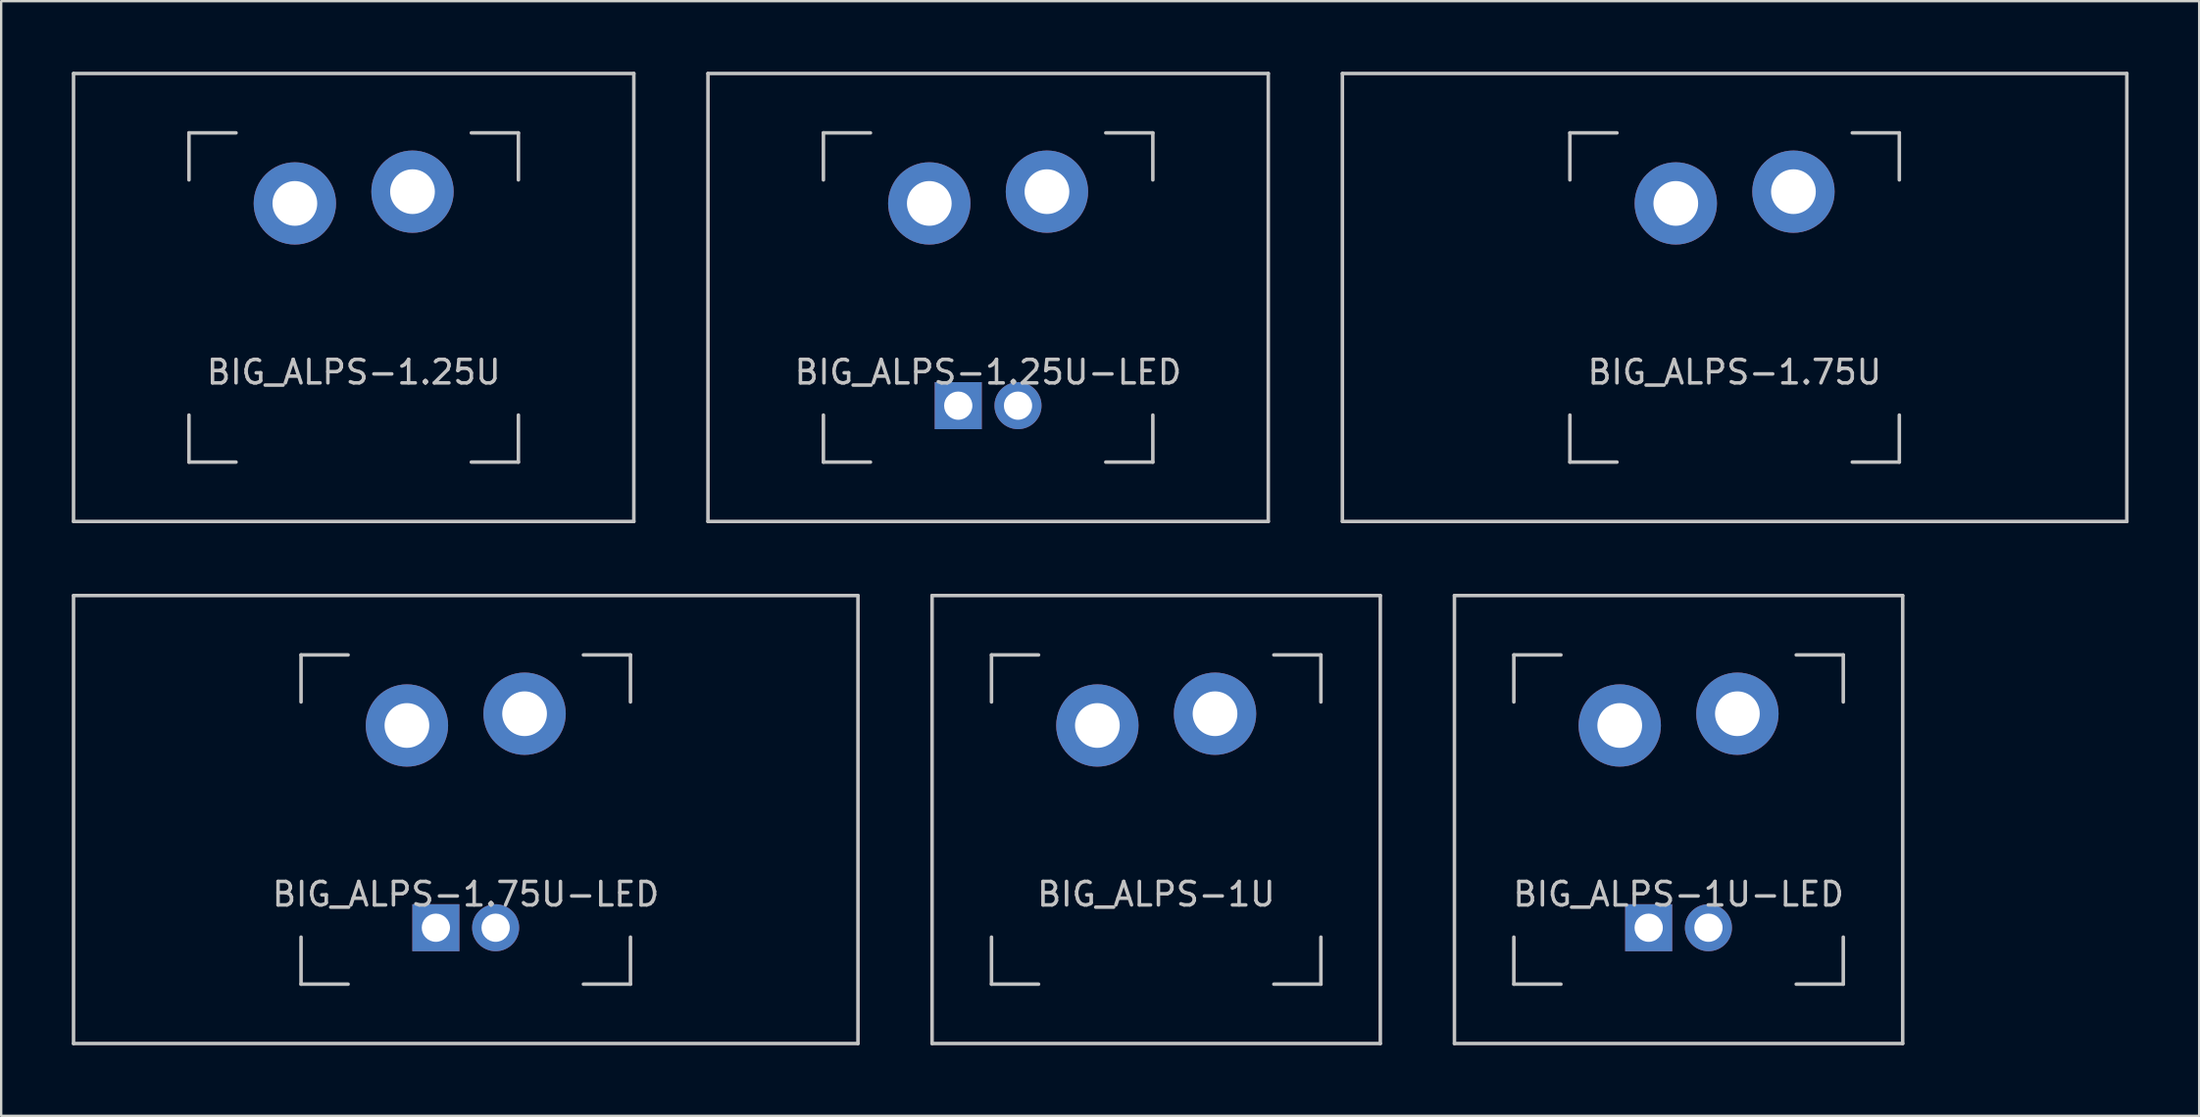
<source format=kicad_pcb>
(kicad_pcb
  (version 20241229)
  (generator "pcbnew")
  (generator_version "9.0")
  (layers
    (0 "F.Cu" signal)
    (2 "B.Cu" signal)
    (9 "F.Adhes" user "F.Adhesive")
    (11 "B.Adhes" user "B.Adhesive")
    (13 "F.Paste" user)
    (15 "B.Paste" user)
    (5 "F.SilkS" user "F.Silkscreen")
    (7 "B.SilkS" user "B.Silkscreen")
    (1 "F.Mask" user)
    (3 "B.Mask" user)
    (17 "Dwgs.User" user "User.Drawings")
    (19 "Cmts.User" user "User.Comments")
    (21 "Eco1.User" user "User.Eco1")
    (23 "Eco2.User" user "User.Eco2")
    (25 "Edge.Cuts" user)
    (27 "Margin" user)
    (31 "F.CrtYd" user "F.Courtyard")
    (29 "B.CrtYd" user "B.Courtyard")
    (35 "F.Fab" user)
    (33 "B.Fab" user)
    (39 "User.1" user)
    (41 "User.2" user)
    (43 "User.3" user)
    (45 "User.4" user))
  (footprint "BIG_ALPS-1U-LED"
    (layer "F.Cu")
    (at 68.287 31.8)
    (property "Reference" "BIG_ALPS-1U-LED" (at 0 3.175 0) (layer "Dwgs.User") (effects (font (size 1 1) (thickness 0.15))))
    (attr through_hole)
    (fp_line (start -9.525 -9.525) (end 9.525 -9.525) (stroke (width 0.15) (type solid)) (layer "Dwgs.User"))
    (fp_line (start -9.525 9.525) (end -9.525 -9.525) (stroke (width 0.15) (type solid)) (layer "Dwgs.User"))
    (fp_line (start -9.525 9.525) (end 9.525 9.525) (stroke (width 0.15) (type solid)) (layer "Dwgs.User"))
    (fp_line (start -7 -7) (end -7 -5) (stroke (width 0.15) (type solid)) (layer "Dwgs.User"))
    (fp_line (start -7 5) (end -7 7) (stroke (width 0.15) (type solid)) (layer "Dwgs.User"))
    (fp_line (start -7 7) (end -5 7) (stroke (width 0.15) (type solid)) (layer "Dwgs.User"))
    (fp_line (start -5 -7) (end -7 -7) (stroke (width 0.15) (type solid)) (layer "Dwgs.User"))
    (fp_line (start 5 -7) (end 7 -7) (stroke (width 0.15) (type solid)) (layer "Dwgs.User"))
    (fp_line (start 5 7) (end 7 7) (stroke (width 0.15) (type solid)) (layer "Dwgs.User"))
    (fp_line (start 7 -7) (end 7 -5) (stroke (width 0.15) (type solid)) (layer "Dwgs.User"))
    (fp_line (start 7 7) (end 7 5) (stroke (width 0.15) (type solid)) (layer "Dwgs.User"))
    (fp_line (start 9.525 -9.525) (end 9.525 9.525) (stroke (width 0.15) (type solid)) (layer "Dwgs.User"))
    (pad "1" thru_hole circle (at -2.5 -4) (size 3.5 3.5) (drill 1.9) (layers "*.Cu" "B.Mask"))
    (pad "2" thru_hole circle (at 2.5 -4.5) (size 3.5 3.5) (drill 1.9) (layers "*.Cu" "B.Mask"))
    (pad "3" thru_hole circle (at 1.27 4.6) (size 2 2) (drill 1.2) (layers "*.Cu" "B.Mask"))
    (pad "4" thru_hole rect (at -1.27 4.6) (size 2 2) (drill 1.2) (layers "*.Cu" "B.Mask")))
  (footprint "BIG_ALPS-1.75U-LED"
    (layer "F.Cu")
    (at 16.744 31.8)
    (property "Reference" "BIG_ALPS-1.75U-LED" (at 0 3.175 0) (layer "Dwgs.User") (effects (font (size 1 1) (thickness 0.15))))
    (attr through_hole)
    (fp_line (start -16.669 -9.525) (end 16.669 -9.525) (stroke (width 0.15) (type solid)) (layer "Dwgs.User"))
    (fp_line (start -16.669 9.525) (end -16.669 -9.525) (stroke (width 0.15) (type solid)) (layer "Dwgs.User"))
    (fp_line (start -16.669 9.525) (end 16.669 9.525) (stroke (width 0.15) (type solid)) (layer "Dwgs.User"))
    (fp_line (start -7 -7) (end -7 -5) (stroke (width 0.15) (type solid)) (layer "Dwgs.User"))
    (fp_line (start -7 5) (end -7 7) (stroke (width 0.15) (type solid)) (layer "Dwgs.User"))
    (fp_line (start -7 7) (end -5 7) (stroke (width 0.15) (type solid)) (layer "Dwgs.User"))
    (fp_line (start -5 -7) (end -7 -7) (stroke (width 0.15) (type solid)) (layer "Dwgs.User"))
    (fp_line (start 5 -7) (end 7 -7) (stroke (width 0.15) (type solid)) (layer "Dwgs.User"))
    (fp_line (start 5 7) (end 7 7) (stroke (width 0.15) (type solid)) (layer "Dwgs.User"))
    (fp_line (start 7 -7) (end 7 -5) (stroke (width 0.15) (type solid)) (layer "Dwgs.User"))
    (fp_line (start 7 7) (end 7 5) (stroke (width 0.15) (type solid)) (layer "Dwgs.User"))
    (fp_line (start 16.669 -9.525) (end 16.669 9.525) (stroke (width 0.15) (type solid)) (layer "Dwgs.User"))
    (pad "1" thru_hole circle (at -2.5 -4) (size 3.5 3.5) (drill 1.9) (layers "*.Cu" "B.Mask"))
    (pad "2" thru_hole circle (at 2.5 -4.5) (size 3.5 3.5) (drill 1.9) (layers "*.Cu" "B.Mask"))
    (pad "3" thru_hole circle (at 1.27 4.6) (size 2 2) (drill 1.2) (layers "*.Cu" "B.Mask"))
    (pad "4" thru_hole rect (at -1.27 4.6) (size 2 2) (drill 1.2) (layers "*.Cu" "B.Mask")))
  (footprint "BIG_ALPS-1.25U"
    (layer "F.Cu")
    (at 11.981 9.6)
    (property "Reference" "BIG_ALPS-1.25U" (at 0 3.175 0) (layer "Dwgs.User") (effects (font (size 1 1) (thickness 0.15))))
    (attr through_hole)
    (fp_line (start -11.906 -9.525) (end 11.906 -9.525) (stroke (width 0.15) (type solid)) (layer "Dwgs.User"))
    (fp_line (start -11.906 9.525) (end -11.906 -9.525) (stroke (width 0.15) (type solid)) (layer "Dwgs.User"))
    (fp_line (start -11.906 9.525) (end 11.906 9.525) (stroke (width 0.15) (type solid)) (layer "Dwgs.User"))
    (fp_line (start -7 -7) (end -7 -5) (stroke (width 0.15) (type solid)) (layer "Dwgs.User"))
    (fp_line (start -7 5) (end -7 7) (stroke (width 0.15) (type solid)) (layer "Dwgs.User"))
    (fp_line (start -7 7) (end -5 7) (stroke (width 0.15) (type solid)) (layer "Dwgs.User"))
    (fp_line (start -5 -7) (end -7 -7) (stroke (width 0.15) (type solid)) (layer "Dwgs.User"))
    (fp_line (start 5 -7) (end 7 -7) (stroke (width 0.15) (type solid)) (layer "Dwgs.User"))
    (fp_line (start 5 7) (end 7 7) (stroke (width 0.15) (type solid)) (layer "Dwgs.User"))
    (fp_line (start 7 -7) (end 7 -5) (stroke (width 0.15) (type solid)) (layer "Dwgs.User"))
    (fp_line (start 7 7) (end 7 5) (stroke (width 0.15) (type solid)) (layer "Dwgs.User"))
    (fp_line (start 11.906 -9.525) (end 11.906 9.525) (stroke (width 0.15) (type solid)) (layer "Dwgs.User"))
    (pad "1" thru_hole circle (at -2.5 -4) (size 3.5 3.5) (drill 1.9) (layers "*.Cu" "B.Mask"))
    (pad "2" thru_hole circle (at 2.5 -4.5) (size 3.5 3.5) (drill 1.9) (layers "*.Cu" "B.Mask")))
  (footprint "BIG_ALPS-1.75U"
    (layer "F.Cu")
    (at 70.669 9.6)
    (property "Reference" "BIG_ALPS-1.75U" (at 0 3.175 0) (layer "Dwgs.User") (effects (font (size 1 1) (thickness 0.15))))
    (attr through_hole)
    (fp_line (start -16.669 -9.525) (end 16.669 -9.525) (stroke (width 0.15) (type solid)) (layer "Dwgs.User"))
    (fp_line (start -16.669 9.525) (end -16.669 -9.525) (stroke (width 0.15) (type solid)) (layer "Dwgs.User"))
    (fp_line (start -16.669 9.525) (end 16.669 9.525) (stroke (width 0.15) (type solid)) (layer "Dwgs.User"))
    (fp_line (start -7 -7) (end -7 -5) (stroke (width 0.15) (type solid)) (layer "Dwgs.User"))
    (fp_line (start -7 5) (end -7 7) (stroke (width 0.15) (type solid)) (layer "Dwgs.User"))
    (fp_line (start -7 7) (end -5 7) (stroke (width 0.15) (type solid)) (layer "Dwgs.User"))
    (fp_line (start -5 -7) (end -7 -7) (stroke (width 0.15) (type solid)) (layer "Dwgs.User"))
    (fp_line (start 5 -7) (end 7 -7) (stroke (width 0.15) (type solid)) (layer "Dwgs.User"))
    (fp_line (start 5 7) (end 7 7) (stroke (width 0.15) (type solid)) (layer "Dwgs.User"))
    (fp_line (start 7 -7) (end 7 -5) (stroke (width 0.15) (type solid)) (layer "Dwgs.User"))
    (fp_line (start 7 7) (end 7 5) (stroke (width 0.15) (type solid)) (layer "Dwgs.User"))
    (fp_line (start 16.669 -9.525) (end 16.669 9.525) (stroke (width 0.15) (type solid)) (layer "Dwgs.User"))
    (pad "1" thru_hole circle (at -2.5 -4) (size 3.5 3.5) (drill 1.9) (layers "*.Cu" "B.Mask"))
    (pad "2" thru_hole circle (at 2.5 -4.5) (size 3.5 3.5) (drill 1.9) (layers "*.Cu" "B.Mask")))
  (footprint "BIG_ALPS-1U"
    (layer "F.Cu")
    (at 46.087 31.8)
    (property "Reference" "BIG_ALPS-1U" (at 0 3.175 0) (layer "Dwgs.User") (effects (font (size 1 1) (thickness 0.15))))
    (attr through_hole)
    (fp_line (start -9.525 -9.525) (end 9.525 -9.525) (stroke (width 0.15) (type solid)) (layer "Dwgs.User"))
    (fp_line (start -9.525 9.525) (end -9.525 -9.525) (stroke (width 0.15) (type solid)) (layer "Dwgs.User"))
    (fp_line (start -9.525 9.525) (end 9.525 9.525) (stroke (width 0.15) (type solid)) (layer "Dwgs.User"))
    (fp_line (start -7 -7) (end -7 -5) (stroke (width 0.15) (type solid)) (layer "Dwgs.User"))
    (fp_line (start -7 5) (end -7 7) (stroke (width 0.15) (type solid)) (layer "Dwgs.User"))
    (fp_line (start -7 7) (end -5 7) (stroke (width 0.15) (type solid)) (layer "Dwgs.User"))
    (fp_line (start -5 -7) (end -7 -7) (stroke (width 0.15) (type solid)) (layer "Dwgs.User"))
    (fp_line (start 5 -7) (end 7 -7) (stroke (width 0.15) (type solid)) (layer "Dwgs.User"))
    (fp_line (start 5 7) (end 7 7) (stroke (width 0.15) (type solid)) (layer "Dwgs.User"))
    (fp_line (start 7 -7) (end 7 -5) (stroke (width 0.15) (type solid)) (layer "Dwgs.User"))
    (fp_line (start 7 7) (end 7 5) (stroke (width 0.15) (type solid)) (layer "Dwgs.User"))
    (fp_line (start 9.525 -9.525) (end 9.525 9.525) (stroke (width 0.15) (type solid)) (layer "Dwgs.User"))
    (pad "1" thru_hole circle (at 2.5 -4.5) (size 3.5 3.5) (drill 1.9) (layers "*.Cu" "B.Mask"))
    (pad "2" thru_hole circle (at -2.5 -4) (size 3.5 3.5) (drill 1.9) (layers "*.Cu" "B.Mask")))
  (footprint "BIG_ALPS-1.25U-LED"
    (layer "F.Cu")
    (at 38.944 9.6)
    (property "Reference" "BIG_ALPS-1.25U-LED" (at 0 3.175 0) (layer "Dwgs.User") (effects (font (size 1 1) (thickness 0.15))))
    (attr through_hole)
    (fp_line (start -11.906 -9.525) (end 11.906 -9.525) (stroke (width 0.15) (type solid)) (layer "Dwgs.User"))
    (fp_line (start -11.906 9.525) (end -11.906 -9.525) (stroke (width 0.15) (type solid)) (layer "Dwgs.User"))
    (fp_line (start -11.906 9.525) (end 11.906 9.525) (stroke (width 0.15) (type solid)) (layer "Dwgs.User"))
    (fp_line (start -7 -7) (end -7 -5) (stroke (width 0.15) (type solid)) (layer "Dwgs.User"))
    (fp_line (start -7 5) (end -7 7) (stroke (width 0.15) (type solid)) (layer "Dwgs.User"))
    (fp_line (start -7 7) (end -5 7) (stroke (width 0.15) (type solid)) (layer "Dwgs.User"))
    (fp_line (start -5 -7) (end -7 -7) (stroke (width 0.15) (type solid)) (layer "Dwgs.User"))
    (fp_line (start 5 -7) (end 7 -7) (stroke (width 0.15) (type solid)) (layer "Dwgs.User"))
    (fp_line (start 5 7) (end 7 7) (stroke (width 0.15) (type solid)) (layer "Dwgs.User"))
    (fp_line (start 7 -7) (end 7 -5) (stroke (width 0.15) (type solid)) (layer "Dwgs.User"))
    (fp_line (start 7 7) (end 7 5) (stroke (width 0.15) (type solid)) (layer "Dwgs.User"))
    (fp_line (start 11.906 -9.525) (end 11.906 9.525) (stroke (width 0.15) (type solid)) (layer "Dwgs.User"))
    (pad "1" thru_hole circle (at -2.5 -4) (size 3.5 3.5) (drill 1.9) (layers "*.Cu" "B.Mask"))
    (pad "2" thru_hole circle (at 2.5 -4.5) (size 3.5 3.5) (drill 1.9) (layers "*.Cu" "B.Mask"))
    (pad "3" thru_hole circle (at 1.27 4.6) (size 2 2) (drill 1.2) (layers "*.Cu" "B.Mask"))
    (pad "4" thru_hole rect (at -1.27 4.6) (size 2 2) (drill 1.2) (layers "*.Cu" "B.Mask")))
  (gr_rect
    (start -3 -3)
    (end 90.412 44.4)
    (stroke (width 0.1) (type default))
    (fill no)
    (layer "Edge.Cuts")))
</source>
